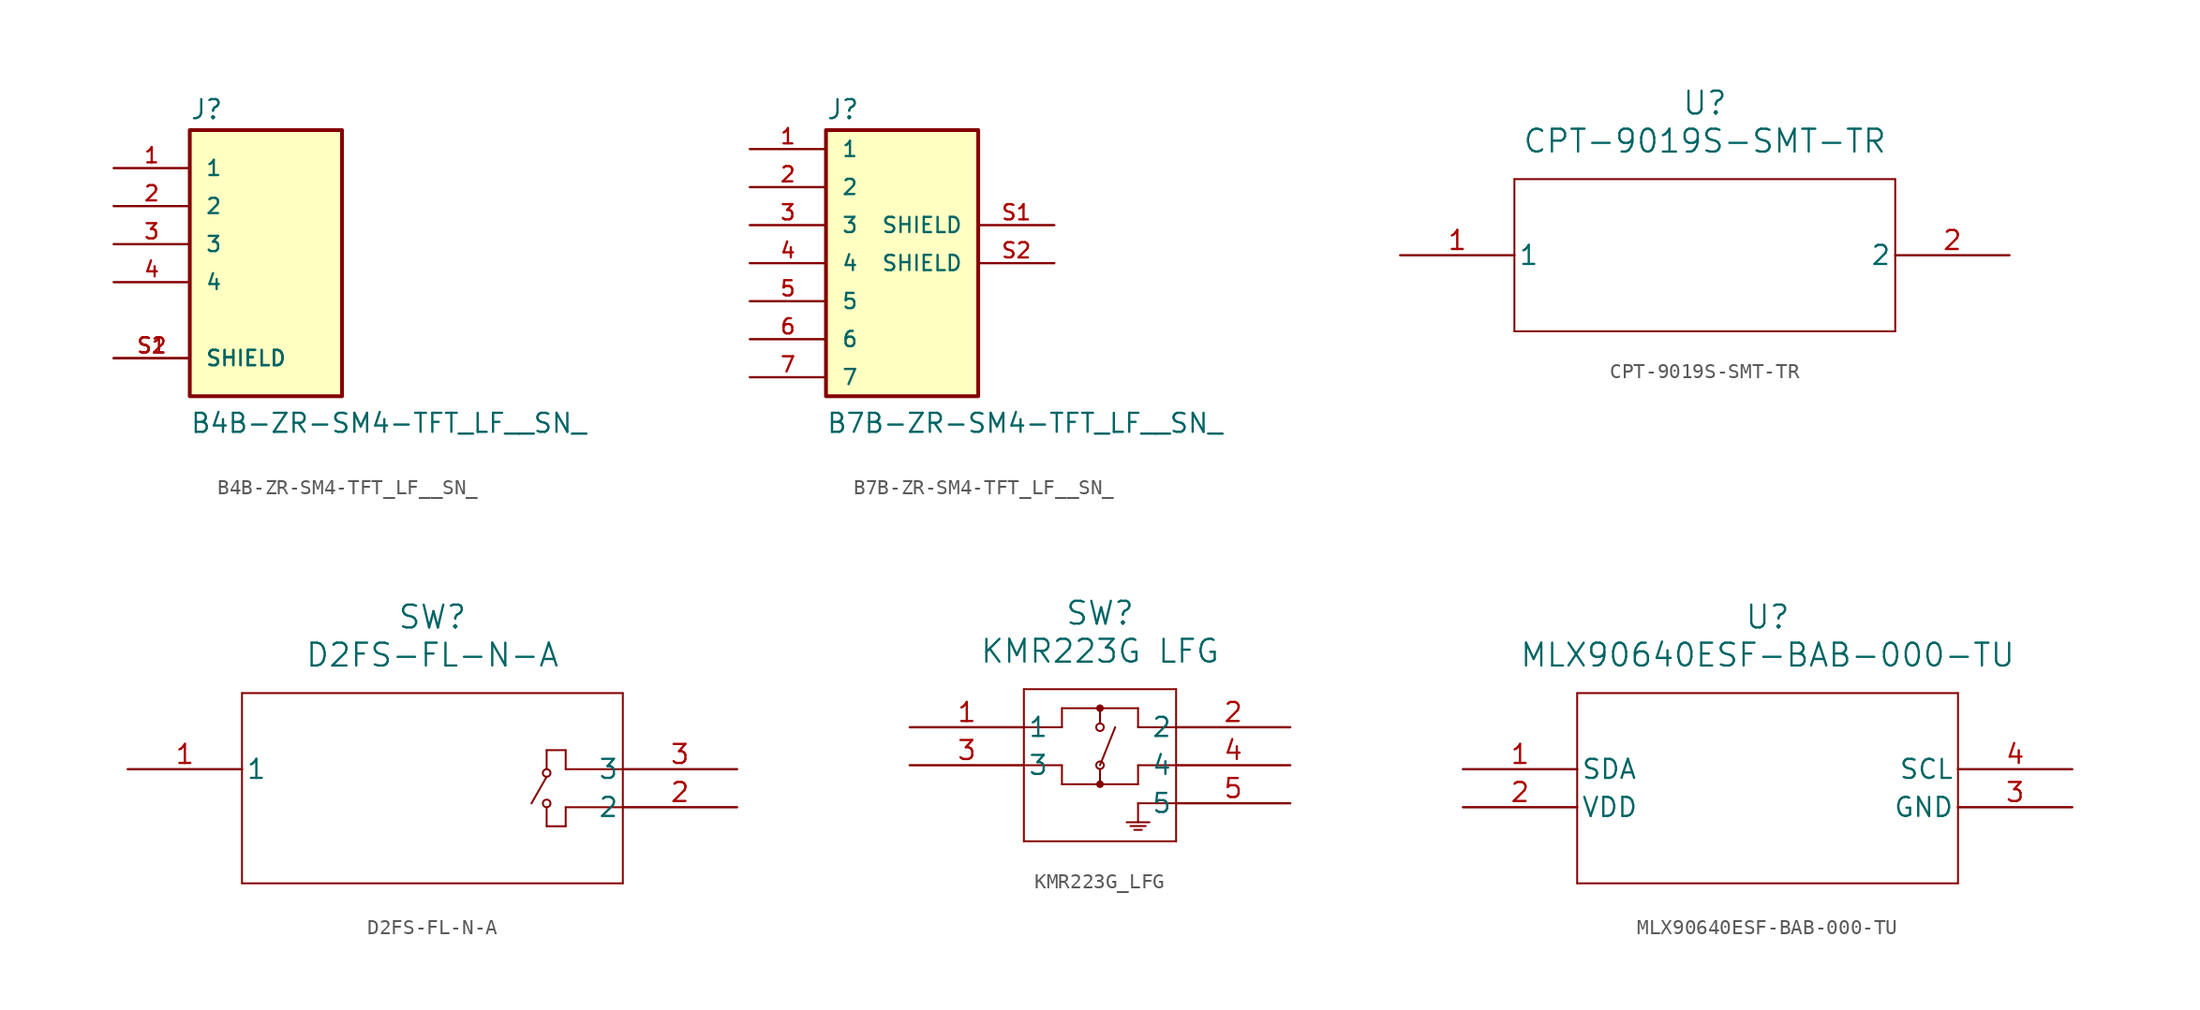
<source format=kicad_sym>
(kicad_symbol_lib
  (version 20220914)
  (generator kicad_symbol_editor)
  (symbol "B4B-ZR-SM4-TFT_LF__SN_"
    (pin_names
      (offset 1.016))
    (property "Reference" "J"
      (at -5.08 10.795 0)
      (effects (font (size 1.27 1.27)) (justify left bottom)))
    (property "Value" "B4B-ZR-SM4-TFT_LF__SN_"
      (at -5.08 -10.16 0)
      (effects (font (size 1.27 1.27)) (justify left bottom)))
    (symbol "B4B-ZR-SM4-TFT_LF__SN__0_0"
      (rectangle (start -5.08 10.16) (end 5.08 -7.62) (stroke (width 0.254) (type default)) (fill (type background)))
      (pin passive line (at -10.16 7.62 0) (length 5.08) (name "1" (effects (font (size 1.016 1.016)))) (number "1" (effects (font (size 1.016 1.016)))))
      (pin passive line (at -10.16 5.08 0) (length 5.08) (name "2" (effects (font (size 1.016 1.016)))) (number "2" (effects (font (size 1.016 1.016)))))
      (pin passive line (at -10.16 2.54 0) (length 5.08) (name "3" (effects (font (size 1.016 1.016)))) (number "3" (effects (font (size 1.016 1.016)))))
      (pin passive line (at -10.16 0 0) (length 5.08) (name "4" (effects (font (size 1.016 1.016)))) (number "4" (effects (font (size 1.016 1.016)))))
      (pin passive line (at -10.16 -5.08 0) (length 5.08) (name "SHIELD" (effects (font (size 1.016 1.016)))) (number "S1" (effects (font (size 1.016 1.016)))))
      (pin passive line (at -10.16 -5.08 0) (length 5.08) (name "SHIELD" (effects (font (size 1.016 1.016)))) (number "S2" (effects (font (size 1.016 1.016)))))))
  (symbol "B7B-ZR-SM4-TFT_LF__SN_"
    (pin_names
      (offset 1.016))
    (property "Reference" "J"
      (at -5.08 10.795 0)
      (effects (font (size 1.27 1.27)) (justify left bottom)))
    (property "Value" "B7B-ZR-SM4-TFT_LF__SN_"
      (at -5.08 -10.16 0)
      (effects (font (size 1.27 1.27)) (justify left bottom)))
    (symbol "B7B-ZR-SM4-TFT_LF__SN__0_0"
      (rectangle (start -5.08 10.16) (end 5.08 -7.62) (stroke (width 0.254) (type default)) (fill (type background)))
      (pin passive line (at -10.16 8.89 0) (length 5.08) (name "1" (effects (font (size 1.016 1.016)))) (number "1" (effects (font (size 1.016 1.016)))))
      (pin passive line (at -10.16 6.35 0) (length 5.08) (name "2" (effects (font (size 1.016 1.016)))) (number "2" (effects (font (size 1.016 1.016)))))
      (pin passive line (at -10.16 3.81 0) (length 5.08) (name "3" (effects (font (size 1.016 1.016)))) (number "3" (effects (font (size 1.016 1.016)))))
      (pin passive line (at -10.16 1.27 0) (length 5.08) (name "4" (effects (font (size 1.016 1.016)))) (number "4" (effects (font (size 1.016 1.016)))))
      (pin passive line (at 10.16 3.81 180) (length 5.08) (name "SHIELD" (effects (font (size 1.016 1.016)))) (number "S1" (effects (font (size 1.016 1.016)))))
      (pin passive line (at 10.16 1.27 180) (length 5.08) (name "SHIELD" (effects (font (size 1.016 1.016)))) (number "S2" (effects (font (size 1.016 1.016))))))
    (symbol "B7B-ZR-SM4-TFT_LF__SN__1_0"
      (pin passive line (at -10.16 -1.27 0) (length 5.08) (name "5" (effects (font (size 1.016 1.016)))) (number "5" (effects (font (size 1.016 1.016)))))
      (pin passive line (at -10.16 -3.81 0) (length 5.08) (name "6" (effects (font (size 1.016 1.016)))) (number "6" (effects (font (size 1.016 1.016)))))
      (pin passive line (at -10.16 -6.35 0) (length 5.08) (name "7" (effects (font (size 1.016 1.016)))) (number "7" (effects (font (size 1.016 1.016)))))))
  (symbol "CPT-9019S-SMT-TR"
    (pin_names
      (offset 0.254))
    (property "Reference" "U"
      (at 20.32 10.16 0)
      (effects (font (size 1.524 1.524))))
    (property "Value" "CPT-9019S-SMT-TR"
      (at 20.32 7.62 0)
      (effects (font (size 1.524 1.524))))
    (property "ki_locked" ""
      (at 0 0 0)
      (effects (font (size 1.27 1.27))))
    (symbol "CPT-9019S-SMT-TR_0_1"
      (polyline (pts (xy 7.62 -5.08) (xy 33.02 -5.08)) (stroke (width 0.127) (type default)) (fill (type none)))
      (polyline (pts (xy 7.62 5.08) (xy 7.62 -5.08)) (stroke (width 0.127) (type default)) (fill (type none)))
      (polyline (pts (xy 33.02 -5.08) (xy 33.02 5.08)) (stroke (width 0.127) (type default)) (fill (type none)))
      (polyline (pts (xy 33.02 5.08) (xy 7.62 5.08)) (stroke (width 0.127) (type default)) (fill (type none)))
      (pin unspecified line (at 0 0 0) (length 7.62) (name "1" (effects (font (size 1.27 1.27)))) (number "1" (effects (font (size 1.27 1.27)))))
      (pin unspecified line (at 40.64 0 180) (length 7.62) (name "2" (effects (font (size 1.27 1.27)))) (number "2" (effects (font (size 1.27 1.27)))))))
  (symbol "D2FS-FL-N-A"
    (pin_names
      (offset 0.254))
    (property "Reference" "SW"
      (at 20.32 10.16 0)
      (effects (font (size 1.524 1.524))))
    (property "Value" "D2FS-FL-N-A"
      (at 20.32 7.62 0)
      (effects (font (size 1.524 1.524))))
    (property "ki_locked" ""
      (at 0 0 0)
      (effects (font (size 1.27 1.27))))
    (symbol "D2FS-FL-N-A_0_1"
      (polyline (pts (xy 7.62 -7.62) (xy 33.02 -7.62)) (stroke (width 0.127) (type default)) (fill (type none)))
      (polyline (pts (xy 7.62 5.08) (xy 7.62 -7.62)) (stroke (width 0.127) (type default)) (fill (type none)))
      (polyline (pts (xy 27.94 -2.54) (xy 27.94 -3.81)) (stroke (width 0.127) (type default)) (fill (type none)))
      (polyline (pts (xy 27.94 -0.508) (xy 26.924 -2.286)) (stroke (width 0.127) (type default)) (fill (type none)))
      (polyline (pts (xy 27.94 1.27) (xy 27.94 0)) (stroke (width 0.127) (type default)) (fill (type none)))
      (polyline (pts (xy 29.21 -3.81) (xy 27.94 -3.81)) (stroke (width 0.127) (type default)) (fill (type none)))
      (polyline (pts (xy 29.21 -2.54) (xy 29.21 -3.81)) (stroke (width 0.127) (type default)) (fill (type none)))
      (polyline (pts (xy 29.21 0) (xy 29.21 1.27)) (stroke (width 0.127) (type default)) (fill (type none)))
      (polyline (pts (xy 29.21 1.27) (xy 27.94 1.27)) (stroke (width 0.127) (type default)) (fill (type none)))
      (polyline (pts (xy 33.02 -7.62) (xy 33.02 5.08)) (stroke (width 0.127) (type default)) (fill (type none)))
      (polyline (pts (xy 33.02 -2.54) (xy 29.21 -2.54)) (stroke (width 0.127) (type default)) (fill (type none)))
      (polyline (pts (xy 33.02 0) (xy 29.21 0)) (stroke (width 0.127) (type default)) (fill (type none)))
      (polyline (pts (xy 33.02 5.08) (xy 7.62 5.08)) (stroke (width 0.127) (type default)) (fill (type none)))
      (circle (center 27.94 -2.286) (radius 0.254) (stroke (width 0.127) (type default)) (fill (type none)))
      (circle (center 27.94 -0.254) (radius 0.254) (stroke (width 0.127) (type default)) (fill (type none)))
      (pin unspecified line (at 0 0 0) (length 7.62) (name "1" (effects (font (size 1.27 1.27)))) (number "1" (effects (font (size 1.27 1.27)))))
      (pin unspecified line (at 40.64 -2.54 180) (length 7.62) (name "2" (effects (font (size 1.27 1.27)))) (number "2" (effects (font (size 1.27 1.27)))))
      (pin unspecified line (at 40.64 0 180) (length 7.62) (name "3" (effects (font (size 1.27 1.27)))) (number "3" (effects (font (size 1.27 1.27)))))))
  (symbol "KMR223G_LFG"
    (pin_names
      (offset 0.254))
    (property "Reference" "SW"
      (at 12.7 7.62 0)
      (effects (font (size 1.524 1.524))))
    (property "Value" "KMR223G LFG"
      (at 12.7 5.08 0)
      (effects (font (size 1.524 1.524))))
    (property "ki_locked" ""
      (at 0 0 0)
      (effects (font (size 1.27 1.27))))
    (symbol "KMR223G_LFG_0_1"
      (polyline (pts (xy 7.62 -7.62) (xy 17.78 -7.62)) (stroke (width 0.127) (type default)) (fill (type none)))
      (polyline (pts (xy 7.62 0) (xy 10.16 0)) (stroke (width 0.127) (type default)) (fill (type none)))
      (polyline (pts (xy 7.62 2.54) (xy 7.62 -7.62)) (stroke (width 0.127) (type default)) (fill (type none)))
      (polyline (pts (xy 10.16 -3.81) (xy 10.16 -2.54)) (stroke (width 0.127) (type default)) (fill (type none)))
      (polyline (pts (xy 10.16 -2.54) (xy 7.62 -2.54)) (stroke (width 0.127) (type default)) (fill (type none)))
      (polyline (pts (xy 10.16 0) (xy 10.16 1.27)) (stroke (width 0.127) (type default)) (fill (type none)))
      (polyline (pts (xy 10.16 1.27) (xy 15.24 1.27)) (stroke (width 0.127) (type default)) (fill (type none)))
      (polyline (pts (xy 12.7 -2.794) (xy 12.7 -3.81)) (stroke (width 0.127) (type default)) (fill (type none)))
      (polyline (pts (xy 12.7 1.27) (xy 12.7 0.254)) (stroke (width 0.127) (type default)) (fill (type none)))
      (polyline (pts (xy 13.716 0) (xy 12.7 -2.54)) (stroke (width 0.127) (type default)) (fill (type none)))
      (polyline (pts (xy 14.478 -6.35) (xy 16.002 -6.35)) (stroke (width 0.127) (type default)) (fill (type none)))
      (polyline (pts (xy 14.986 -6.858) (xy 15.494 -6.858)) (stroke (width 0.127) (type default)) (fill (type none)))
      (polyline (pts (xy 15.24 -5.08) (xy 15.24 -6.35)) (stroke (width 0.127) (type default)) (fill (type none)))
      (polyline (pts (xy 15.24 -3.81) (xy 10.16 -3.81)) (stroke (width 0.127) (type default)) (fill (type none)))
      (polyline (pts (xy 15.24 -2.54) (xy 15.24 -3.81)) (stroke (width 0.127) (type default)) (fill (type none)))
      (polyline (pts (xy 15.24 0) (xy 17.78 0)) (stroke (width 0.127) (type default)) (fill (type none)))
      (polyline (pts (xy 15.24 1.27) (xy 15.24 0)) (stroke (width 0.127) (type default)) (fill (type none)))
      (polyline (pts (xy 15.748 -6.604) (xy 14.732 -6.604)) (stroke (width 0.127) (type default)) (fill (type none)))
      (polyline (pts (xy 17.78 -7.62) (xy 17.78 2.54)) (stroke (width 0.127) (type default)) (fill (type none)))
      (polyline (pts (xy 17.78 -5.08) (xy 15.24 -5.08)) (stroke (width 0.127) (type default)) (fill (type none)))
      (polyline (pts (xy 17.78 -2.54) (xy 15.24 -2.54)) (stroke (width 0.127) (type default)) (fill (type none)))
      (polyline (pts (xy 17.78 2.54) (xy 7.62 2.54)) (stroke (width 0.127) (type default)) (fill (type none)))
      (circle (center 12.7 -3.81) (radius 0.127) (stroke (width 0.254) (type default)) (fill (type none)))
      (circle (center 12.7 -2.54) (radius 0.254) (stroke (width 0.127) (type default)) (fill (type none)))
      (circle (center 12.7 0) (radius 0.254) (stroke (width 0.127) (type default)) (fill (type none)))
      (circle (center 12.7 1.27) (radius 0.127) (stroke (width 0.254) (type default)) (fill (type none)))
      (pin unspecified line (at 0 0 0) (length 7.62) (name "1" (effects (font (size 1.27 1.27)))) (number "1" (effects (font (size 1.27 1.27)))))
      (pin unspecified line (at 25.4 0 180) (length 7.62) (name "2" (effects (font (size 1.27 1.27)))) (number "2" (effects (font (size 1.27 1.27)))))
      (pin unspecified line (at 0 -2.54 0) (length 7.62) (name "3" (effects (font (size 1.27 1.27)))) (number "3" (effects (font (size 1.27 1.27)))))
      (pin unspecified line (at 25.4 -2.54 180) (length 7.62) (name "4" (effects (font (size 1.27 1.27)))) (number "4" (effects (font (size 1.27 1.27)))))
      (pin unspecified line (at 25.4 -5.08 180) (length 7.62) (name "5" (effects (font (size 1.27 1.27)))) (number "5" (effects (font (size 1.27 1.27)))))))
  (symbol "MLX90640ESF-BAB-000-TU"
    (pin_names
      (offset 0.254))
    (property "Reference" "U"
      (at 20.32 10.16 0)
      (effects (font (size 1.524 1.524))))
    (property "Value" "MLX90640ESF-BAB-000-TU"
      (at 20.32 7.62 0)
      (effects (font (size 1.524 1.524))))
    (property "ki_locked" ""
      (at 0 0 0)
      (effects (font (size 1.27 1.27))))
    (symbol "MLX90640ESF-BAB-000-TU_0_1"
      (polyline (pts (xy 7.62 -7.62) (xy 33.02 -7.62)) (stroke (width 0.127) (type default)) (fill (type none)))
      (polyline (pts (xy 7.62 5.08) (xy 7.62 -7.62)) (stroke (width 0.127) (type default)) (fill (type none)))
      (polyline (pts (xy 33.02 -7.62) (xy 33.02 5.08)) (stroke (width 0.127) (type default)) (fill (type none)))
      (polyline (pts (xy 33.02 5.08) (xy 7.62 5.08)) (stroke (width 0.127) (type default)) (fill (type none)))
      (pin bidirectional line (at 0 0 0) (length 7.62) (name "SDA" (effects (font (size 1.27 1.27)))) (number "1" (effects (font (size 1.27 1.27)))))
      (pin power_in line (at 0 -2.54 0) (length 7.62) (name "VDD" (effects (font (size 1.27 1.27)))) (number "2" (effects (font (size 1.27 1.27)))))
      (pin power_out line (at 40.64 -2.54 180) (length 7.62) (name "GND" (effects (font (size 1.27 1.27)))) (number "3" (effects (font (size 1.27 1.27)))))
      (pin input line (at 40.64 0 180) (length 7.62) (name "SCL" (effects (font (size 1.27 1.27)))) (number "4" (effects (font (size 1.27 1.27))))))))
</source>
